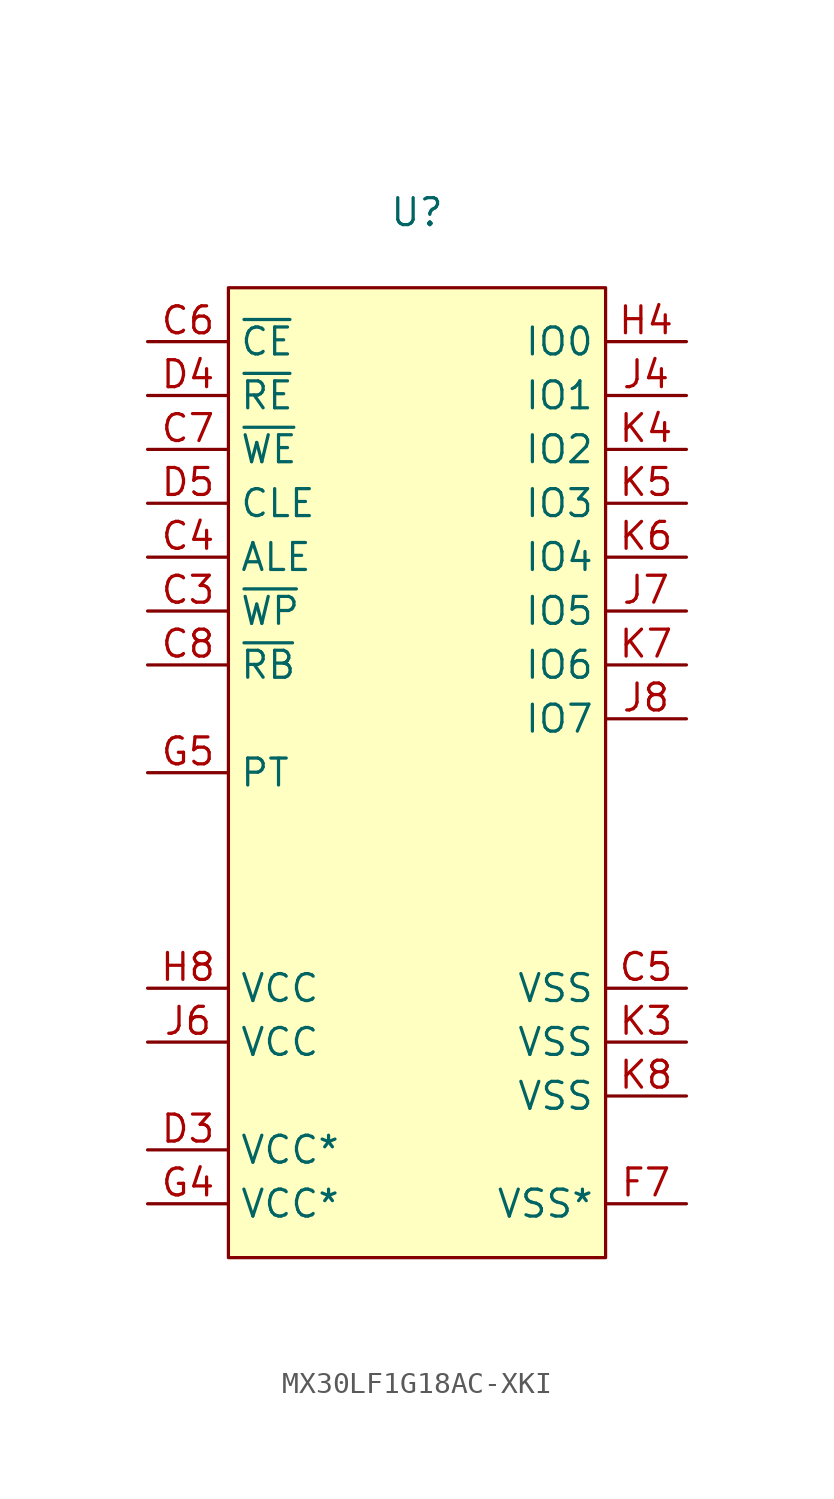
<source format=kicad_sym>
(kicad_symbol_lib
  (version 20231120)
  (generator "kicad_symbol_editor")
  (generator_version "8.0")
  (symbol "MX30LF1G18AC-XKI"
    (property "Reference" "U"
      (at 0 26.416 0)
      (effects (font (size 1.27 1.27))))
    (property "Value" ""
      (at -8.89 22.86 0)
      (effects (font (size 1.27 1.27))))
    (symbol "MX30LF1G18AC-XKI_1_1"
      (rectangle (start -8.89 22.86) (end 8.89 -22.86) (stroke (width 0) (type default)) (fill (type background)))
      (pin no_connect line (at 12.7 -2.54 180) (length 3.81) hide (name "NC" (effects (font (size 1.27 1.27)))) (number "A1" (effects (font (size 1.27 1.27)))))
      (pin no_connect line (at 12.7 -2.54 180) (length 3.81) hide (name "NC" (effects (font (size 1.27 1.27)))) (number "A10" (effects (font (size 1.27 1.27)))))
      (pin no_connect line (at 12.7 -2.54 180) (length 3.81) hide (name "NC" (effects (font (size 1.27 1.27)))) (number "A2" (effects (font (size 1.27 1.27)))))
      (pin no_connect line (at 12.7 -2.54 180) (length 3.81) hide (name "NC" (effects (font (size 1.27 1.27)))) (number "A9" (effects (font (size 1.27 1.27)))))
      (pin no_connect line (at 12.7 -2.54 180) (length 3.81) hide (name "NC" (effects (font (size 1.27 1.27)))) (number "B1" (effects (font (size 1.27 1.27)))))
      (pin no_connect line (at 12.7 -2.54 180) (length 3.81) hide (name "NC" (effects (font (size 1.27 1.27)))) (number "B10" (effects (font (size 1.27 1.27)))))
      (pin no_connect line (at 12.7 -2.54 180) (length 3.81) hide (name "NC" (effects (font (size 1.27 1.27)))) (number "B9" (effects (font (size 1.27 1.27)))))
      (pin input line (at -12.7 7.62 0) (length 3.81) (name "~{WP}" (effects (font (size 1.27 1.27)))) (number "C3" (effects (font (size 1.27 1.27)))))
      (pin input line (at -12.7 10.16 0) (length 3.81) (name "ALE" (effects (font (size 1.27 1.27)))) (number "C4" (effects (font (size 1.27 1.27)))))
      (pin power_in line (at 12.7 -10.16 180) (length 3.81) (name "VSS" (effects (font (size 1.27 1.27)))) (number "C5" (effects (font (size 1.27 1.27)))))
      (pin input line (at -12.7 20.32 0) (length 3.81) (name "~{CE}" (effects (font (size 1.27 1.27)))) (number "C6" (effects (font (size 1.27 1.27)))))
      (pin input line (at -12.7 15.24 0) (length 3.81) (name "~{WE}" (effects (font (size 1.27 1.27)))) (number "C7" (effects (font (size 1.27 1.27)))))
      (pin input line (at -12.7 5.08 0) (length 3.81) (name "~{RB}" (effects (font (size 1.27 1.27)))) (number "C8" (effects (font (size 1.27 1.27)))))
      (pin power_in line (at -12.7 -17.78 0) (length 3.81) (name "VCC*" (effects (font (size 1.27 1.27)))) (number "D3" (effects (font (size 1.27 1.27)))))
      (pin input line (at -12.7 17.78 0) (length 3.81) (name "~{RE}" (effects (font (size 1.27 1.27)))) (number "D4" (effects (font (size 1.27 1.27)))))
      (pin input line (at -12.7 12.7 0) (length 3.81) (name "CLE" (effects (font (size 1.27 1.27)))) (number "D5" (effects (font (size 1.27 1.27)))))
      (pin no_connect line (at 12.7 -2.54 180) (length 3.81) hide (name "NC" (effects (font (size 1.27 1.27)))) (number "D6" (effects (font (size 1.27 1.27)))))
      (pin no_connect line (at 12.7 -2.54 180) (length 3.81) hide (name "NC" (effects (font (size 1.27 1.27)))) (number "D7" (effects (font (size 1.27 1.27)))))
      (pin no_connect line (at 12.7 -2.54 180) (length 3.81) hide (name "NC" (effects (font (size 1.27 1.27)))) (number "D8" (effects (font (size 1.27 1.27)))))
      (pin no_connect line (at 12.7 -2.54 180) (length 3.81) hide (name "NC" (effects (font (size 1.27 1.27)))) (number "E3" (effects (font (size 1.27 1.27)))))
      (pin no_connect line (at 12.7 -2.54 180) (length 3.81) hide (name "NC" (effects (font (size 1.27 1.27)))) (number "E4" (effects (font (size 1.27 1.27)))))
      (pin no_connect line (at 12.7 -2.54 180) (length 3.81) hide (name "NC" (effects (font (size 1.27 1.27)))) (number "E5" (effects (font (size 1.27 1.27)))))
      (pin no_connect line (at 12.7 -2.54 180) (length 3.81) hide (name "NC" (effects (font (size 1.27 1.27)))) (number "E6" (effects (font (size 1.27 1.27)))))
      (pin no_connect line (at 12.7 -2.54 180) (length 3.81) hide (name "NC" (effects (font (size 1.27 1.27)))) (number "E7" (effects (font (size 1.27 1.27)))))
      (pin no_connect line (at 12.7 -2.54 180) (length 3.81) hide (name "NC" (effects (font (size 1.27 1.27)))) (number "E8" (effects (font (size 1.27 1.27)))))
      (pin no_connect line (at 12.7 -2.54 180) (length 3.81) hide (name "NC" (effects (font (size 1.27 1.27)))) (number "F3" (effects (font (size 1.27 1.27)))))
      (pin no_connect line (at 12.7 -2.54 180) (length 3.81) hide (name "NC" (effects (font (size 1.27 1.27)))) (number "F4" (effects (font (size 1.27 1.27)))))
      (pin no_connect line (at 12.7 -2.54 180) (length 3.81) hide (name "NC" (effects (font (size 1.27 1.27)))) (number "F5" (effects (font (size 1.27 1.27)))))
      (pin no_connect line (at 12.7 -2.54 180) (length 3.81) hide (name "NC" (effects (font (size 1.27 1.27)))) (number "F6" (effects (font (size 1.27 1.27)))))
      (pin power_in line (at 12.7 -20.32 180) (length 3.81) (name "VSS*" (effects (font (size 1.27 1.27)))) (number "F7" (effects (font (size 1.27 1.27)))))
      (pin no_connect line (at 12.7 -2.54 180) (length 3.81) hide (name "NC" (effects (font (size 1.27 1.27)))) (number "F8" (effects (font (size 1.27 1.27)))))
      (pin no_connect line (at 12.7 -2.54 180) (length 3.81) hide (name "NC" (effects (font (size 1.27 1.27)))) (number "G3" (effects (font (size 1.27 1.27)))))
      (pin power_in line (at -12.7 -20.32 0) (length 3.81) (name "VCC*" (effects (font (size 1.27 1.27)))) (number "G4" (effects (font (size 1.27 1.27)))))
      (pin input line (at -12.7 0 0) (length 3.81) (name "PT" (effects (font (size 1.27 1.27)))) (number "G5" (effects (font (size 1.27 1.27)))))
      (pin no_connect line (at 12.7 -2.54 180) (length 3.81) hide (name "NC" (effects (font (size 1.27 1.27)))) (number "G6" (effects (font (size 1.27 1.27)))))
      (pin no_connect line (at 12.7 -2.54 180) (length 3.81) hide (name "NC" (effects (font (size 1.27 1.27)))) (number "G7" (effects (font (size 1.27 1.27)))))
      (pin no_connect line (at 12.7 -2.54 180) (length 3.81) hide (name "NC" (effects (font (size 1.27 1.27)))) (number "G8" (effects (font (size 1.27 1.27)))))
      (pin no_connect line (at 12.7 -2.54 180) (length 3.81) hide (name "NC" (effects (font (size 1.27 1.27)))) (number "H3" (effects (font (size 1.27 1.27)))))
      (pin bidirectional line (at 12.7 20.32 180) (length 3.81) (name "IO0" (effects (font (size 1.27 1.27)))) (number "H4" (effects (font (size 1.27 1.27)))))
      (pin no_connect line (at 12.7 -2.54 180) (length 3.81) hide (name "NC" (effects (font (size 1.27 1.27)))) (number "H5" (effects (font (size 1.27 1.27)))))
      (pin no_connect line (at 12.7 -2.54 180) (length 3.81) hide (name "NC" (effects (font (size 1.27 1.27)))) (number "H6" (effects (font (size 1.27 1.27)))))
      (pin no_connect line (at 12.7 -2.54 180) (length 3.81) hide (name "NC" (effects (font (size 1.27 1.27)))) (number "H7" (effects (font (size 1.27 1.27)))))
      (pin power_in line (at -12.7 -10.16 0) (length 3.81) (name "VCC" (effects (font (size 1.27 1.27)))) (number "H8" (effects (font (size 1.27 1.27)))))
      (pin no_connect line (at 12.7 -2.54 180) (length 3.81) hide (name "NC" (effects (font (size 1.27 1.27)))) (number "J3" (effects (font (size 1.27 1.27)))))
      (pin bidirectional line (at 12.7 17.78 180) (length 3.81) (name "IO1" (effects (font (size 1.27 1.27)))) (number "J4" (effects (font (size 1.27 1.27)))))
      (pin no_connect line (at 12.7 -2.54 180) (length 3.81) hide (name "NC" (effects (font (size 1.27 1.27)))) (number "J5" (effects (font (size 1.27 1.27)))))
      (pin power_in line (at -12.7 -12.7 0) (length 3.81) (name "VCC" (effects (font (size 1.27 1.27)))) (number "J6" (effects (font (size 1.27 1.27)))))
      (pin bidirectional line (at 12.7 7.62 180) (length 3.81) (name "IO5" (effects (font (size 1.27 1.27)))) (number "J7" (effects (font (size 1.27 1.27)))))
      (pin bidirectional line (at 12.7 2.54 180) (length 3.81) (name "IO7" (effects (font (size 1.27 1.27)))) (number "J8" (effects (font (size 1.27 1.27)))))
      (pin power_in line (at 12.7 -12.7 180) (length 3.81) (name "VSS" (effects (font (size 1.27 1.27)))) (number "K3" (effects (font (size 1.27 1.27)))))
      (pin bidirectional line (at 12.7 15.24 180) (length 3.81) (name "IO2" (effects (font (size 1.27 1.27)))) (number "K4" (effects (font (size 1.27 1.27)))))
      (pin bidirectional line (at 12.7 12.7 180) (length 3.81) (name "IO3" (effects (font (size 1.27 1.27)))) (number "K5" (effects (font (size 1.27 1.27)))))
      (pin bidirectional line (at 12.7 10.16 180) (length 3.81) (name "IO4" (effects (font (size 1.27 1.27)))) (number "K6" (effects (font (size 1.27 1.27)))))
      (pin bidirectional line (at 12.7 5.08 180) (length 3.81) (name "IO6" (effects (font (size 1.27 1.27)))) (number "K7" (effects (font (size 1.27 1.27)))))
      (pin power_in line (at 12.7 -15.24 180) (length 3.81) (name "VSS" (effects (font (size 1.27 1.27)))) (number "K8" (effects (font (size 1.27 1.27)))))
      (pin no_connect line (at 12.7 -2.54 180) (length 3.81) hide (name "NC" (effects (font (size 1.27 1.27)))) (number "L1" (effects (font (size 1.27 1.27)))))
      (pin no_connect line (at 12.7 -2.54 180) (length 3.81) hide (name "NC" (effects (font (size 1.27 1.27)))) (number "L10" (effects (font (size 1.27 1.27)))))
      (pin no_connect line (at 12.7 -2.54 180) (length 3.81) hide (name "NC" (effects (font (size 1.27 1.27)))) (number "L2" (effects (font (size 1.27 1.27)))))
      (pin no_connect line (at 12.7 -2.54 180) (length 3.81) hide (name "NC" (effects (font (size 1.27 1.27)))) (number "L9" (effects (font (size 1.27 1.27)))))
      (pin no_connect line (at 12.7 -2.54 180) (length 3.81) hide (name "NC" (effects (font (size 1.27 1.27)))) (number "M1" (effects (font (size 1.27 1.27)))))
      (pin no_connect line (at 12.7 -2.54 180) (length 3.81) hide (name "NC" (effects (font (size 1.27 1.27)))) (number "M10" (effects (font (size 1.27 1.27)))))
      (pin no_connect line (at 12.7 -2.54 180) (length 3.81) hide (name "NC" (effects (font (size 1.27 1.27)))) (number "M2" (effects (font (size 1.27 1.27)))))
      (pin no_connect line (at 12.7 -2.54 180) (length 3.81) hide (name "NC" (effects (font (size 1.27 1.27)))) (number "M9" (effects (font (size 1.27 1.27))))))))
</source>
